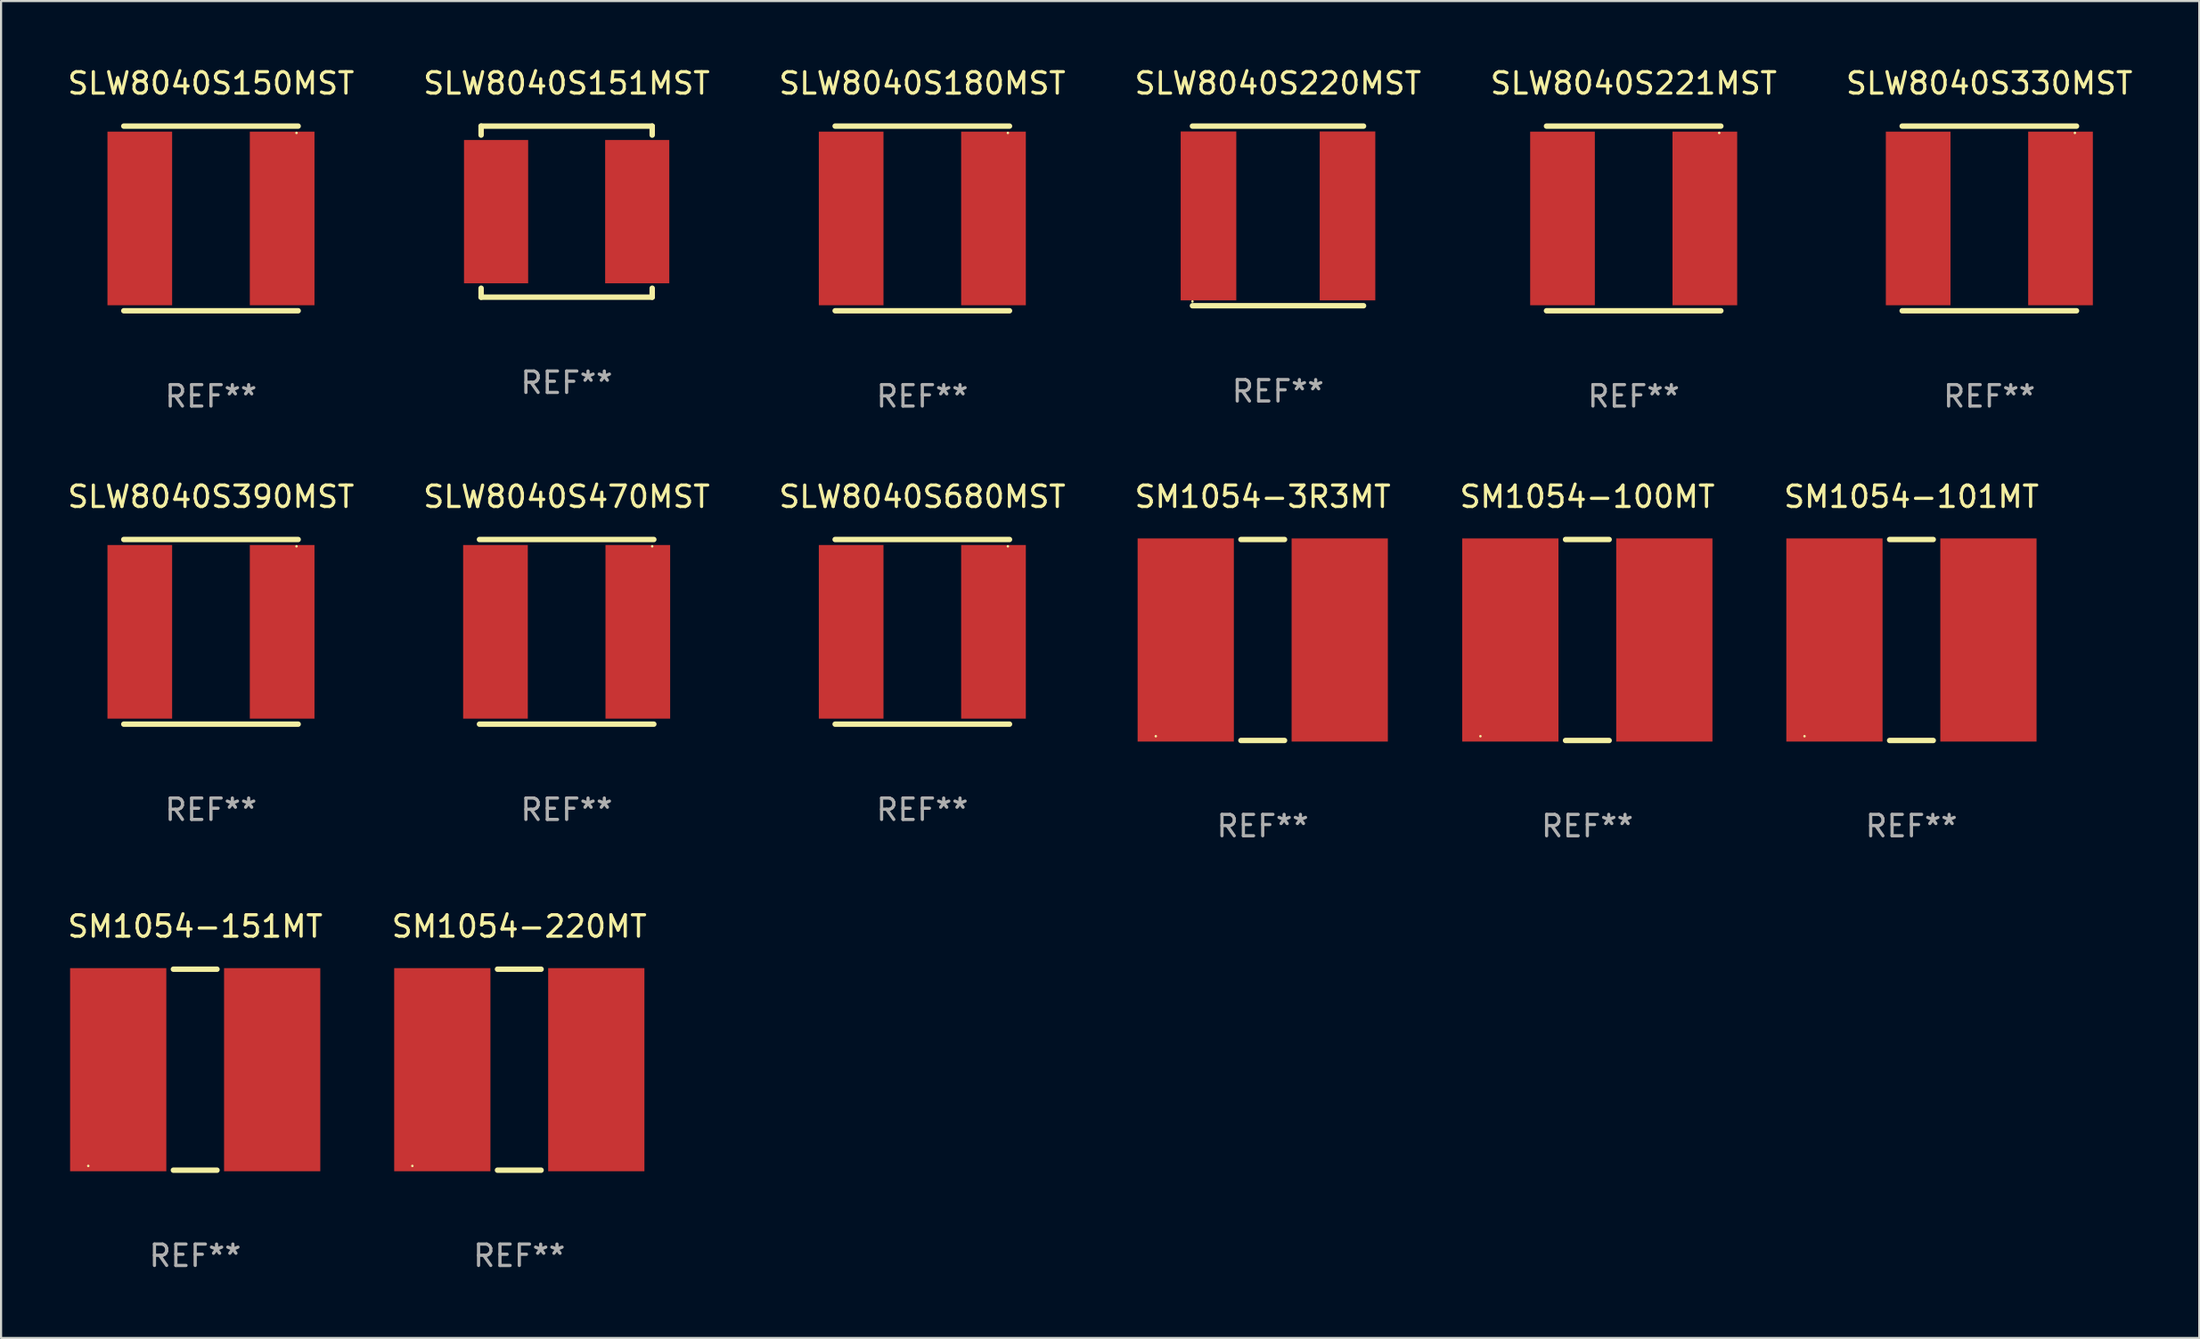
<source format=kicad_pcb>
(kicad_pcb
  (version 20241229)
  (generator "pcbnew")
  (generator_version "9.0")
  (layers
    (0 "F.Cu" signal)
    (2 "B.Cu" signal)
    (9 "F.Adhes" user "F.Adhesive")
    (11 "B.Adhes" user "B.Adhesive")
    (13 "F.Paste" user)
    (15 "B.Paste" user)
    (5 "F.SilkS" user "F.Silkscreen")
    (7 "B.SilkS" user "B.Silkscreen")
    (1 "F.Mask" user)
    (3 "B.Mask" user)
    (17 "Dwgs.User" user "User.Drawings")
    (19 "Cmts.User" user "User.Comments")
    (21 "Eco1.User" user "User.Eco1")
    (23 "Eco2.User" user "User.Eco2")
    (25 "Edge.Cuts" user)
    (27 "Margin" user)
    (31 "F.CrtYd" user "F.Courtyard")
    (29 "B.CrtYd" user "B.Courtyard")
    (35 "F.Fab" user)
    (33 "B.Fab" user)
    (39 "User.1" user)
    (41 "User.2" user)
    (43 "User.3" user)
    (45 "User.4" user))
  (footprint "SLW8040S470MST"
    (layer "F.Cu")
    (at 23.446 26.499)
    (property "Reference" "SLW8040S470MST" (at 0 -6.318 0) (layer "F.SilkS") (effects (font (size 1 1) (thickness 0.15))))
    (attr through_hole)
    (fp_line (start -4.076 -4.318) (end 4.076 -4.318) (stroke (width 0.254) (type solid)) (layer "F.SilkS"))
    (fp_line (start -4.076 4.318) (end 4.076 4.318) (stroke (width 0.254) (type solid)) (layer "F.SilkS"))
    (fp_circle (center 4 -4) (end 4.03 -4) (stroke (width 0.06) (type solid)) (fill no) (layer "F.SilkS"))
    (fp_text user "REF**" (at 0 8.318 0) (layer "F.Fab") (effects (font (size 1 1) (thickness 0.15))))
    (pad "1" smd rect (at 3.328 0) (size 3.024 8.12) (layers "F.Cu" "F.Mask" "F.Paste"))
    (pad "2" smd rect (at -3.328 0) (size 3.024 8.12) (layers "F.Cu" "F.Mask" "F.Paste")))
  (footprint "SM1054-101MT"
    (layer "F.Cu")
    (at 86.327 26.881)
    (property "Reference" "SM1054-101MT" (at 0 -6.7 0) (layer "F.SilkS") (effects (font (size 1 1) (thickness 0.15))))
    (attr through_hole)
    (fp_line (start -1.019 -4.7) (end 1.019 -4.7) (stroke (width 0.254) (type solid)) (layer "F.SilkS"))
    (fp_line (start -1.019 4.7) (end 1.019 4.7) (stroke (width 0.254) (type solid)) (layer "F.SilkS"))
    (fp_circle (center -5 4.5) (end -4.97 4.5) (stroke (width 0.06) (type solid)) (fill no) (layer "F.SilkS"))
    (fp_text user "REF**" (at 0 8.7 0) (layer "F.Fab") (effects (font (size 1 1) (thickness 0.15))))
    (pad "1" smd rect (at -3.6 0) (size 4.5 9.5) (layers "F.Cu" "F.Mask" "F.Paste"))
    (pad "2" smd rect (at 3.6 0) (size 4.5 9.5) (layers "F.Cu" "F.Mask" "F.Paste")))
  (footprint "SLW8040S221MST"
    (layer "F.Cu")
    (at 73.339 7.166)
    (property "Reference" "SLW8040S221MST" (at 0 -6.318 0) (layer "F.SilkS") (effects (font (size 1 1) (thickness 0.15))))
    (attr through_hole)
    (fp_line (start -4.076 -4.318) (end 4.076 -4.318) (stroke (width 0.254) (type solid)) (layer "F.SilkS"))
    (fp_line (start -4.076 4.318) (end 4.076 4.318) (stroke (width 0.254) (type solid)) (layer "F.SilkS"))
    (fp_circle (center 4 -4) (end 4.03 -4) (stroke (width 0.06) (type solid)) (fill no) (layer "F.SilkS"))
    (fp_text user "REF**" (at 0 8.318 0) (layer "F.Fab") (effects (font (size 1 1) (thickness 0.15))))
    (pad "1" smd rect (at 3.328 0) (size 3.024 8.12) (layers "F.Cu" "F.Mask" "F.Paste"))
    (pad "2" smd rect (at -3.328 0) (size 3.024 8.12) (layers "F.Cu" "F.Mask" "F.Paste")))
  (footprint "SLW8040S151MST"
    (layer "F.Cu")
    (at 23.446 6.848)
    (property "Reference" "SLW8040S151MST" (at 0 -6 0) (layer "F.SilkS") (effects (font (size 1 1) (thickness 0.15))))
    (attr through_hole)
    (fp_line (start -4 -4) (end 4 -4) (stroke (width 0.254) (type solid)) (layer "F.SilkS"))
    (fp_line (start -4 -3.581) (end -4 -4) (stroke (width 0.254) (type solid)) (layer "F.SilkS"))
    (fp_line (start -4 4) (end -4 3.581) (stroke (width 0.254) (type solid)) (layer "F.SilkS"))
    (fp_line (start 4 -4) (end 4 -3.581) (stroke (width 0.254) (type solid)) (layer "F.SilkS"))
    (fp_line (start 4 3.581) (end 4 4) (stroke (width 0.254) (type solid)) (layer "F.SilkS"))
    (fp_line (start 4 4) (end -4 4) (stroke (width 0.254) (type solid)) (layer "F.SilkS"))
    (fp_circle (center -4 4) (end -3.97 4) (stroke (width 0.06) (type solid)) (fill no) (layer "F.SilkS"))
    (fp_text user "REF**" (at 0 8 0) (layer "F.Fab") (effects (font (size 1 1) (thickness 0.15))))
    (pad "1" smd rect (at -3.3 0) (size 3 6.7) (layers "F.Cu" "F.Mask" "F.Paste"))
    (pad "2" smd rect (at 3.3 0) (size 3 6.7) (layers "F.Cu" "F.Mask" "F.Paste")))
  (footprint "SLW8040S330MST"
    (layer "F.Cu")
    (at 89.97 7.166)
    (property "Reference" "SLW8040S330MST" (at 0 -6.318 0) (layer "F.SilkS") (effects (font (size 1 1) (thickness 0.15))))
    (attr through_hole)
    (fp_line (start -4.076 -4.318) (end 4.076 -4.318) (stroke (width 0.254) (type solid)) (layer "F.SilkS"))
    (fp_line (start -4.076 4.318) (end 4.076 4.318) (stroke (width 0.254) (type solid)) (layer "F.SilkS"))
    (fp_circle (center 4 -4) (end 4.03 -4) (stroke (width 0.06) (type solid)) (fill no) (layer "F.SilkS"))
    (fp_text user "REF**" (at 0 8.318 0) (layer "F.Fab") (effects (font (size 1 1) (thickness 0.15))))
    (pad "1" smd rect (at 3.328 0) (size 3.024 8.12) (layers "F.Cu" "F.Mask" "F.Paste"))
    (pad "2" smd rect (at -3.328 0) (size 3.024 8.12) (layers "F.Cu" "F.Mask" "F.Paste")))
  (footprint "SM1054-100MT"
    (layer "F.Cu")
    (at 71.173 26.881)
    (property "Reference" "SM1054-100MT" (at 0 -6.7 0) (layer "F.SilkS") (effects (font (size 1 1) (thickness 0.15))))
    (attr through_hole)
    (fp_line (start -1.019 -4.7) (end 1.019 -4.7) (stroke (width 0.254) (type solid)) (layer "F.SilkS"))
    (fp_line (start -1.019 4.7) (end 1.019 4.7) (stroke (width 0.254) (type solid)) (layer "F.SilkS"))
    (fp_circle (center -5 4.5) (end -4.97 4.5) (stroke (width 0.06) (type solid)) (fill no) (layer "F.SilkS"))
    (fp_text user "REF**" (at 0 8.7 0) (layer "F.Fab") (effects (font (size 1 1) (thickness 0.15))))
    (pad "1" smd rect (at -3.6 0) (size 4.5 9.5) (layers "F.Cu" "F.Mask" "F.Paste"))
    (pad "2" smd rect (at 3.6 0) (size 4.5 9.5) (layers "F.Cu" "F.Mask" "F.Paste")))
  (footprint "SLW8040S680MST"
    (layer "F.Cu")
    (at 40.077 26.499)
    (property "Reference" "SLW8040S680MST" (at 0 -6.318 0) (layer "F.SilkS") (effects (font (size 1 1) (thickness 0.15))))
    (attr through_hole)
    (fp_line (start -4.076 -4.318) (end 4.076 -4.318) (stroke (width 0.254) (type solid)) (layer "F.SilkS"))
    (fp_line (start -4.076 4.318) (end 4.076 4.318) (stroke (width 0.254) (type solid)) (layer "F.SilkS"))
    (fp_circle (center 4 -4) (end 4.03 -4) (stroke (width 0.06) (type solid)) (fill no) (layer "F.SilkS"))
    (fp_text user "REF**" (at 0 8.318 0) (layer "F.Fab") (effects (font (size 1 1) (thickness 0.15))))
    (pad "1" smd rect (at 3.328 0) (size 3.024 8.12) (layers "F.Cu" "F.Mask" "F.Paste"))
    (pad "2" smd rect (at -3.328 0) (size 3.024 8.12) (layers "F.Cu" "F.Mask" "F.Paste")))
  (footprint "SM1054-220MT"
    (layer "F.Cu")
    (at 21.232 46.977)
    (property "Reference" "SM1054-220MT" (at 0 -6.7 0) (layer "F.SilkS") (effects (font (size 1 1) (thickness 0.15))))
    (attr through_hole)
    (fp_line (start -1.019 -4.7) (end 1.019 -4.7) (stroke (width 0.254) (type solid)) (layer "F.SilkS"))
    (fp_line (start -1.019 4.7) (end 1.019 4.7) (stroke (width 0.254) (type solid)) (layer "F.SilkS"))
    (fp_circle (center -5 4.5) (end -4.97 4.5) (stroke (width 0.06) (type solid)) (fill no) (layer "F.SilkS"))
    (fp_text user "REF**" (at 0 8.7 0) (layer "F.Fab") (effects (font (size 1 1) (thickness 0.15))))
    (pad "1" smd rect (at -3.6 0) (size 4.5 9.5) (layers "F.Cu" "F.Mask" "F.Paste"))
    (pad "2" smd rect (at 3.6 0) (size 4.5 9.5) (layers "F.Cu" "F.Mask" "F.Paste")))
  (footprint "SLW8040S150MST"
    (layer "F.Cu")
    (at 6.815 7.166)
    (property "Reference" "SLW8040S150MST" (at 0 -6.318 0) (layer "F.SilkS") (effects (font (size 1 1) (thickness 0.15))))
    (attr through_hole)
    (fp_line (start -4.076 -4.318) (end 4.076 -4.318) (stroke (width 0.254) (type solid)) (layer "F.SilkS"))
    (fp_line (start -4.076 4.318) (end 4.076 4.318) (stroke (width 0.254) (type solid)) (layer "F.SilkS"))
    (fp_circle (center 4 -4) (end 4.03 -4) (stroke (width 0.06) (type solid)) (fill no) (layer "F.SilkS"))
    (fp_text user "REF**" (at 0 8.318 0) (layer "F.Fab") (effects (font (size 1 1) (thickness 0.15))))
    (pad "1" smd rect (at 3.328 0) (size 3.024 8.12) (layers "F.Cu" "F.Mask" "F.Paste"))
    (pad "2" smd rect (at -3.328 0) (size 3.024 8.12) (layers "F.Cu" "F.Mask" "F.Paste")))
  (footprint "SLW8040S180MST"
    (layer "F.Cu")
    (at 40.077 7.166)
    (property "Reference" "SLW8040S180MST" (at 0 -6.318 0) (layer "F.SilkS") (effects (font (size 1 1) (thickness 0.15))))
    (attr through_hole)
    (fp_line (start -4.076 -4.318) (end 4.076 -4.318) (stroke (width 0.254) (type solid)) (layer "F.SilkS"))
    (fp_line (start -4.076 4.318) (end 4.076 4.318) (stroke (width 0.254) (type solid)) (layer "F.SilkS"))
    (fp_circle (center 4 -4) (end 4.03 -4) (stroke (width 0.06) (type solid)) (fill no) (layer "F.SilkS"))
    (fp_text user "REF**" (at 0 8.318 0) (layer "F.Fab") (effects (font (size 1 1) (thickness 0.15))))
    (pad "1" smd rect (at 3.328 0) (size 3.024 8.12) (layers "F.Cu" "F.Mask" "F.Paste"))
    (pad "2" smd rect (at -3.328 0) (size 3.024 8.12) (layers "F.Cu" "F.Mask" "F.Paste")))
  (footprint "SLW8040S390MST"
    (layer "F.Cu")
    (at 6.815 26.499)
    (property "Reference" "SLW8040S390MST" (at 0 -6.318 0) (layer "F.SilkS") (effects (font (size 1 1) (thickness 0.15))))
    (attr through_hole)
    (fp_line (start -4.076 -4.318) (end 4.076 -4.318) (stroke (width 0.254) (type solid)) (layer "F.SilkS"))
    (fp_line (start -4.076 4.318) (end 4.076 4.318) (stroke (width 0.254) (type solid)) (layer "F.SilkS"))
    (fp_circle (center 4 -4) (end 4.03 -4) (stroke (width 0.06) (type solid)) (fill no) (layer "F.SilkS"))
    (fp_text user "REF**" (at 0 8.318 0) (layer "F.Fab") (effects (font (size 1 1) (thickness 0.15))))
    (pad "1" smd rect (at 3.328 0) (size 3.024 8.12) (layers "F.Cu" "F.Mask" "F.Paste"))
    (pad "2" smd rect (at -3.328 0) (size 3.024 8.12) (layers "F.Cu" "F.Mask" "F.Paste")))
  (footprint "SM1054-3R3MT"
    (layer "F.Cu")
    (at 55.994 26.881)
    (property "Reference" "SM1054-3R3MT" (at 0 -6.7 0) (layer "F.SilkS") (effects (font (size 1 1) (thickness 0.15))))
    (attr through_hole)
    (fp_line (start -1.019 -4.7) (end 1.019 -4.7) (stroke (width 0.254) (type solid)) (layer "F.SilkS"))
    (fp_line (start -1.019 4.7) (end 1.019 4.7) (stroke (width 0.254) (type solid)) (layer "F.SilkS"))
    (fp_circle (center -5 4.5) (end -4.97 4.5) (stroke (width 0.06) (type solid)) (fill no) (layer "F.SilkS"))
    (fp_text user "REF**" (at 0 8.7 0) (layer "F.Fab") (effects (font (size 1 1) (thickness 0.15))))
    (pad "1" smd rect (at -3.6 0) (size 4.5 9.5) (layers "F.Cu" "F.Mask" "F.Paste"))
    (pad "2" smd rect (at 3.6 0) (size 4.5 9.5) (layers "F.Cu" "F.Mask" "F.Paste")))
  (footprint "SLW8040S220MST"
    (layer "F.Cu")
    (at 56.708 7.048)
    (property "Reference" "SLW8040S220MST" (at 0 -6.2 0) (layer "F.SilkS") (effects (font (size 1 1) (thickness 0.15))))
    (attr through_hole)
    (fp_line (start -4 -4.2) (end 4 -4.2) (stroke (width 0.254) (type solid)) (layer "F.SilkS"))
    (fp_line (start -4 4.2) (end 4 4.2) (stroke (width 0.254) (type solid)) (layer "F.SilkS"))
    (fp_circle (center -4 4) (end -3.97 4) (stroke (width 0.06) (type solid)) (fill no) (layer "F.SilkS"))
    (fp_text user "REF**" (at 0 8.2 0) (layer "F.Fab") (effects (font (size 1 1) (thickness 0.15))))
    (pad "1" smd rect (at -3.25 0) (size 2.6 7.9) (layers "F.Cu" "F.Mask" "F.Paste"))
    (pad "2" smd rect (at 3.25 0) (size 2.6 7.9) (layers "F.Cu" "F.Mask" "F.Paste")))
  (footprint "SM1054-151MT"
    (layer "F.Cu")
    (at 6.077 46.977)
    (property "Reference" "SM1054-151MT" (at 0 -6.7 0) (layer "F.SilkS") (effects (font (size 1 1) (thickness 0.15))))
    (attr through_hole)
    (fp_line (start -1.019 -4.7) (end 1.019 -4.7) (stroke (width 0.254) (type solid)) (layer "F.SilkS"))
    (fp_line (start -1.019 4.7) (end 1.019 4.7) (stroke (width 0.254) (type solid)) (layer "F.SilkS"))
    (fp_circle (center -5 4.5) (end -4.97 4.5) (stroke (width 0.06) (type solid)) (fill no) (layer "F.SilkS"))
    (fp_text user "REF**" (at 0 8.7 0) (layer "F.Fab") (effects (font (size 1 1) (thickness 0.15))))
    (pad "1" smd rect (at -3.6 0) (size 4.5 9.5) (layers "F.Cu" "F.Mask" "F.Paste"))
    (pad "2" smd rect (at 3.6 0) (size 4.5 9.5) (layers "F.Cu" "F.Mask" "F.Paste")))
  (gr_rect
    (start -3 -3)
    (end 99.786 59.526)
    (stroke (width 0.1) (type default))
    (fill no)
    (layer "Edge.Cuts")))
</source>
